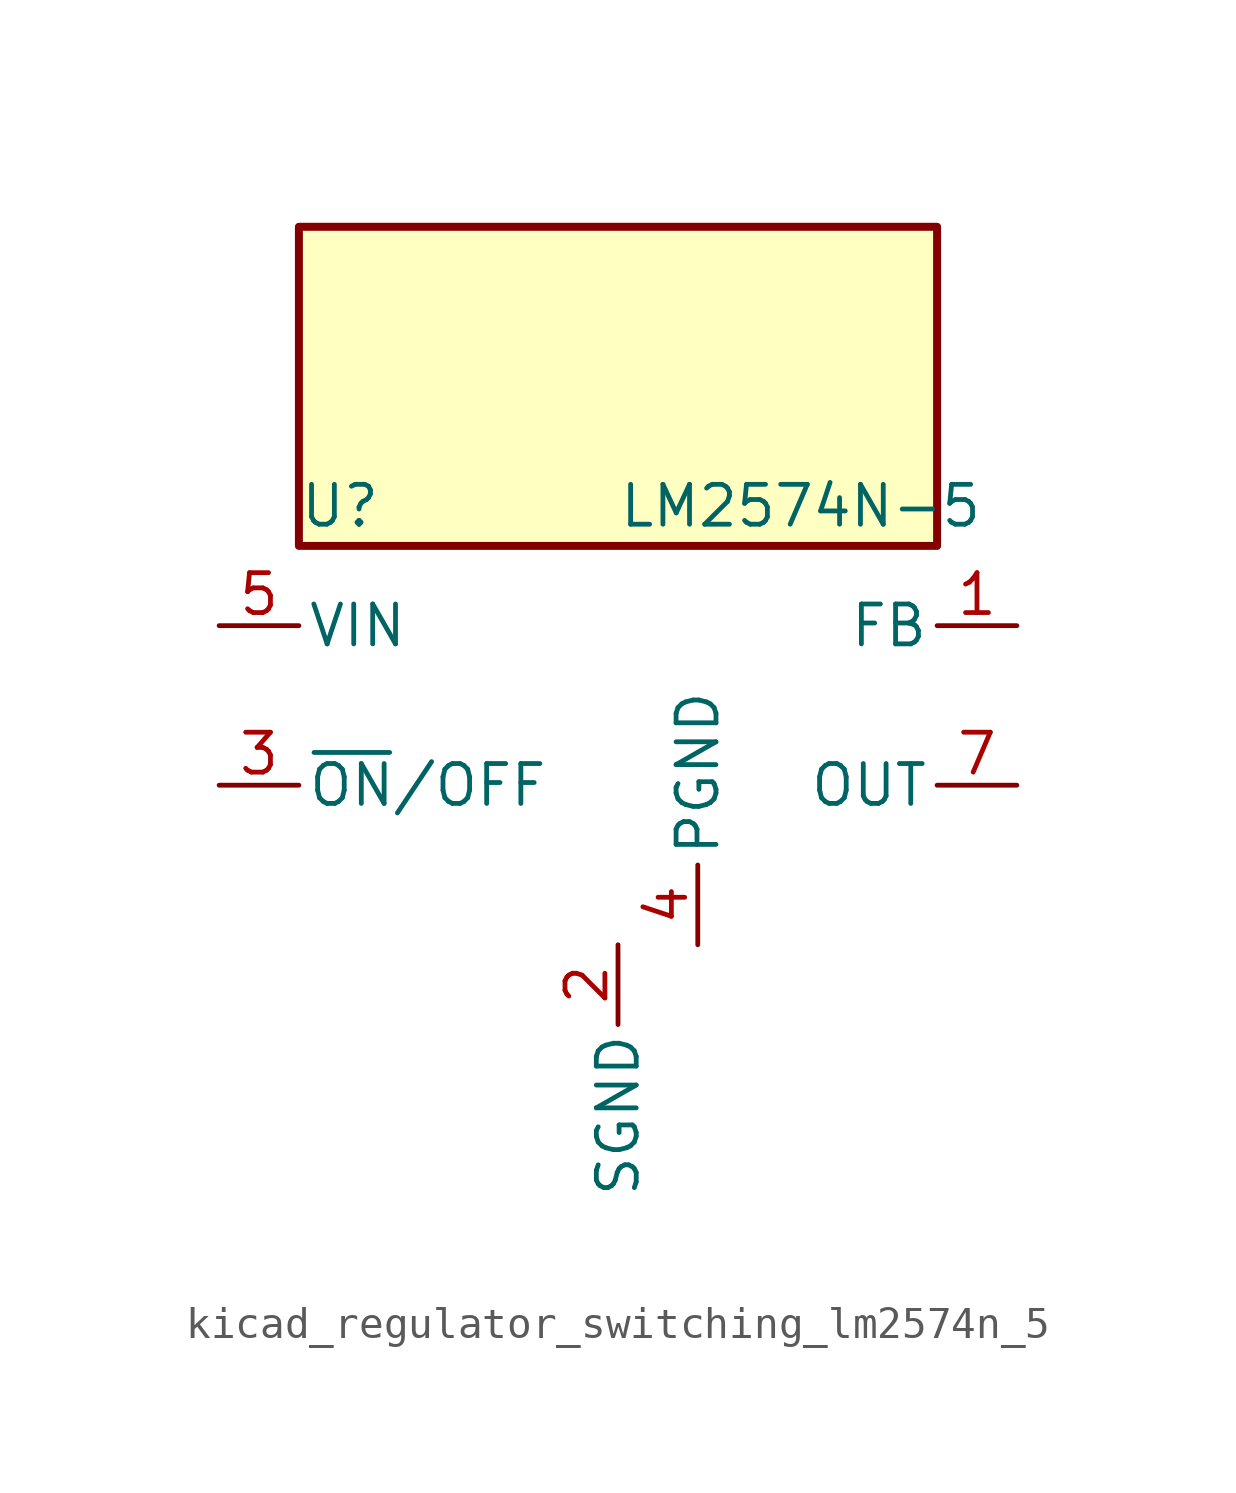
<source format=kicad_sym>
(kicad_symbol_lib
  (version 20220914)
  (generator kicad_symbol_editor)
  (symbol "kicad_regulator_switching_lm2574n_5"
    (pin_names
      (offset 0.254))
    (property "Reference" "U"
      (at -10.16 6.35 0)
      (effects (font (size 1.27 1.27)) (justify left)))
    (property "Value" "LM2574N-5"
      (at 0 6.35 0)
      (effects (font (size 1.27 1.27)) (justify left)))
    (symbol "kicad_regulator_switching_lm2574n_5_0_1"
      (rectangle (start 10.16 15.24) (end -10.16 5.08) (stroke (width 0.254) (type default)) (fill (type background))))
    (symbol "kicad_regulator_switching_lm2574n_5_1_1"
      (pin input line (at 12.7 2.54 180) (length 2.54) (name "FB" (effects (font (size 1.27 1.27)))) (number "1" (effects (font (size 1.27 1.27)))))
      (pin power_in line (at 0 -7.62 270) (length 2.54) (name "SGND" (effects (font (size 1.27 1.27)))) (number "2" (effects (font (size 1.27 1.27)))))
      (pin input line (at -12.7 -2.54 0) (length 2.54) (name "~{ON}/OFF" (effects (font (size 1.27 1.27)))) (number "3" (effects (font (size 1.27 1.27)))))
      (pin power_in line (at 2.54 -7.62 90) (length 2.54) (name "PGND" (effects (font (size 1.27 1.27)))) (number "4" (effects (font (size 1.27 1.27)))))
      (pin power_in line (at -12.7 2.54 0) (length 2.54) (name "VIN" (effects (font (size 1.27 1.27)))) (number "5" (effects (font (size 1.27 1.27)))))
      (pin no_connect line (at -10.16 0 0) (length 2.54) hide (name "NC" (effects (font (size 1.27 1.27)))) (number "6" (effects (font (size 1.27 1.27)))))
      (pin output line (at 12.7 -2.54 180) (length 2.54) (name "OUT" (effects (font (size 1.27 1.27)))) (number "7" (effects (font (size 1.27 1.27)))))
      (pin no_connect line (at 10.16 0 180) (length 2.54) hide (name "NC" (effects (font (size 1.27 1.27)))) (number "8" (effects (font (size 1.27 1.27))))))))
</source>
